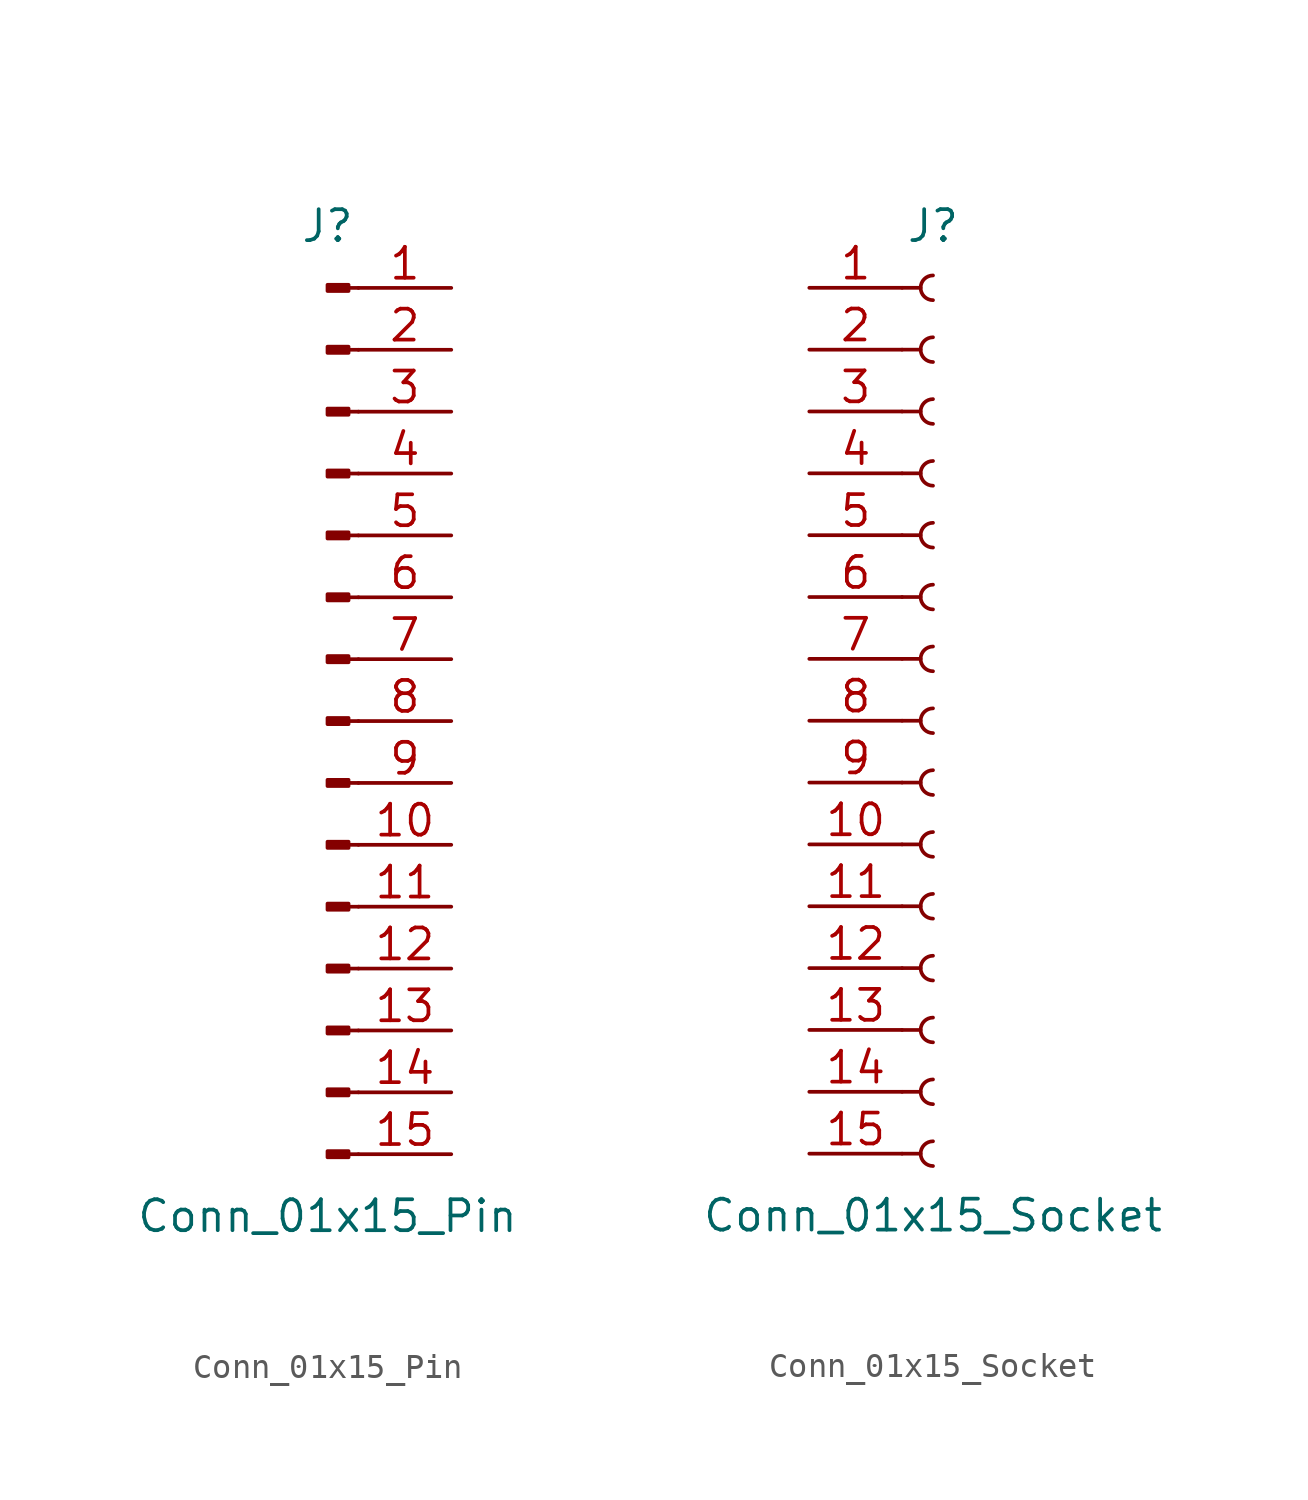
<source format=kicad_sym>
(kicad_symbol_lib
  (version 20241209)
  (generator "kicad_symbol_editor")
  (generator_version "9.0")
  (symbol "Conn_01x15_Pin"
    (pin_names
      (offset 1.016)
      (hide yes))
    (property "Reference" "J"
      (at 0 20.32 0)
      (effects (font (size 1.27 1.27))))
    (property "Value" "Conn_01x15_Pin"
      (at 0 -20.32 0)
      (effects (font (size 1.27 1.27))))
    (property "ki_locked" ""
      (at 0 0 0)
      (effects (font (size 1.27 1.27))))
    (symbol "Conn_01x15_Pin_1_1"
      (rectangle (start 0.864 17.907) (end 0 17.653) (stroke (width 0.152) (type default)) (fill (type outline)))
      (rectangle (start 0.864 15.367) (end 0 15.113) (stroke (width 0.152) (type default)) (fill (type outline)))
      (rectangle (start 0.864 12.827) (end 0 12.573) (stroke (width 0.152) (type default)) (fill (type outline)))
      (rectangle (start 0.864 10.287) (end 0 10.033) (stroke (width 0.152) (type default)) (fill (type outline)))
      (rectangle (start 0.864 7.747) (end 0 7.493) (stroke (width 0.152) (type default)) (fill (type outline)))
      (rectangle (start 0.864 5.207) (end 0 4.953) (stroke (width 0.152) (type default)) (fill (type outline)))
      (rectangle (start 0.864 2.667) (end 0 2.413) (stroke (width 0.152) (type default)) (fill (type outline)))
      (rectangle (start 0.864 0.127) (end 0 -0.127) (stroke (width 0.152) (type default)) (fill (type outline)))
      (rectangle (start 0.864 -2.413) (end 0 -2.667) (stroke (width 0.152) (type default)) (fill (type outline)))
      (rectangle (start 0.864 -4.953) (end 0 -5.207) (stroke (width 0.152) (type default)) (fill (type outline)))
      (rectangle (start 0.864 -7.493) (end 0 -7.747) (stroke (width 0.152) (type default)) (fill (type outline)))
      (rectangle (start 0.864 -10.033) (end 0 -10.287) (stroke (width 0.152) (type default)) (fill (type outline)))
      (rectangle (start 0.864 -12.573) (end 0 -12.827) (stroke (width 0.152) (type default)) (fill (type outline)))
      (rectangle (start 0.864 -15.113) (end 0 -15.367) (stroke (width 0.152) (type default)) (fill (type outline)))
      (rectangle (start 0.864 -17.653) (end 0 -17.907) (stroke (width 0.152) (type default)) (fill (type outline)))
      (polyline (pts (xy 1.27 17.78) (xy 0.864 17.78)) (stroke (width 0.152) (type default)) (fill (type none)))
      (polyline (pts (xy 1.27 15.24) (xy 0.864 15.24)) (stroke (width 0.152) (type default)) (fill (type none)))
      (polyline (pts (xy 1.27 12.7) (xy 0.864 12.7)) (stroke (width 0.152) (type default)) (fill (type none)))
      (polyline (pts (xy 1.27 10.16) (xy 0.864 10.16)) (stroke (width 0.152) (type default)) (fill (type none)))
      (polyline (pts (xy 1.27 7.62) (xy 0.864 7.62)) (stroke (width 0.152) (type default)) (fill (type none)))
      (polyline (pts (xy 1.27 5.08) (xy 0.864 5.08)) (stroke (width 0.152) (type default)) (fill (type none)))
      (polyline (pts (xy 1.27 2.54) (xy 0.864 2.54)) (stroke (width 0.152) (type default)) (fill (type none)))
      (polyline (pts (xy 1.27 0) (xy 0.864 0)) (stroke (width 0.152) (type default)) (fill (type none)))
      (polyline (pts (xy 1.27 -2.54) (xy 0.864 -2.54)) (stroke (width 0.152) (type default)) (fill (type none)))
      (polyline (pts (xy 1.27 -5.08) (xy 0.864 -5.08)) (stroke (width 0.152) (type default)) (fill (type none)))
      (polyline (pts (xy 1.27 -7.62) (xy 0.864 -7.62)) (stroke (width 0.152) (type default)) (fill (type none)))
      (polyline (pts (xy 1.27 -10.16) (xy 0.864 -10.16)) (stroke (width 0.152) (type default)) (fill (type none)))
      (polyline (pts (xy 1.27 -12.7) (xy 0.864 -12.7)) (stroke (width 0.152) (type default)) (fill (type none)))
      (polyline (pts (xy 1.27 -15.24) (xy 0.864 -15.24)) (stroke (width 0.152) (type default)) (fill (type none)))
      (polyline (pts (xy 1.27 -17.78) (xy 0.864 -17.78)) (stroke (width 0.152) (type default)) (fill (type none)))
      (pin passive line (at 5.08 17.78 180) (length 3.81) (name "Pin_1" (effects (font (size 1.27 1.27)))) (number "1" (effects (font (size 1.27 1.27)))))
      (pin passive line (at 5.08 15.24 180) (length 3.81) (name "Pin_2" (effects (font (size 1.27 1.27)))) (number "2" (effects (font (size 1.27 1.27)))))
      (pin passive line (at 5.08 12.7 180) (length 3.81) (name "Pin_3" (effects (font (size 1.27 1.27)))) (number "3" (effects (font (size 1.27 1.27)))))
      (pin passive line (at 5.08 10.16 180) (length 3.81) (name "Pin_4" (effects (font (size 1.27 1.27)))) (number "4" (effects (font (size 1.27 1.27)))))
      (pin passive line (at 5.08 7.62 180) (length 3.81) (name "Pin_5" (effects (font (size 1.27 1.27)))) (number "5" (effects (font (size 1.27 1.27)))))
      (pin passive line (at 5.08 5.08 180) (length 3.81) (name "Pin_6" (effects (font (size 1.27 1.27)))) (number "6" (effects (font (size 1.27 1.27)))))
      (pin passive line (at 5.08 2.54 180) (length 3.81) (name "Pin_7" (effects (font (size 1.27 1.27)))) (number "7" (effects (font (size 1.27 1.27)))))
      (pin passive line (at 5.08 0 180) (length 3.81) (name "Pin_8" (effects (font (size 1.27 1.27)))) (number "8" (effects (font (size 1.27 1.27)))))
      (pin passive line (at 5.08 -2.54 180) (length 3.81) (name "Pin_9" (effects (font (size 1.27 1.27)))) (number "9" (effects (font (size 1.27 1.27)))))
      (pin passive line (at 5.08 -5.08 180) (length 3.81) (name "Pin_10" (effects (font (size 1.27 1.27)))) (number "10" (effects (font (size 1.27 1.27)))))
      (pin passive line (at 5.08 -7.62 180) (length 3.81) (name "Pin_11" (effects (font (size 1.27 1.27)))) (number "11" (effects (font (size 1.27 1.27)))))
      (pin passive line (at 5.08 -10.16 180) (length 3.81) (name "Pin_12" (effects (font (size 1.27 1.27)))) (number "12" (effects (font (size 1.27 1.27)))))
      (pin passive line (at 5.08 -12.7 180) (length 3.81) (name "Pin_13" (effects (font (size 1.27 1.27)))) (number "13" (effects (font (size 1.27 1.27)))))
      (pin passive line (at 5.08 -15.24 180) (length 3.81) (name "Pin_14" (effects (font (size 1.27 1.27)))) (number "14" (effects (font (size 1.27 1.27)))))
      (pin passive line (at 5.08 -17.78 180) (length 3.81) (name "Pin_15" (effects (font (size 1.27 1.27)))) (number "15" (effects (font (size 1.27 1.27)))))))
  (symbol "Conn_01x15_Socket"
    (pin_names
      (offset 1.016)
      (hide yes))
    (property "Reference" "J"
      (at 0 20.32 0)
      (effects (font (size 1.27 1.27))))
    (property "Value" "Conn_01x15_Socket"
      (at 0 -20.32 0)
      (effects (font (size 1.27 1.27))))
    (property "ki_locked" ""
      (at 0 0 0)
      (effects (font (size 1.27 1.27))))
    (symbol "Conn_01x15_Socket_1_1"
      (polyline (pts (xy -1.27 17.78) (xy -0.508 17.78)) (stroke (width 0.152) (type default)) (fill (type none)))
      (polyline (pts (xy -1.27 15.24) (xy -0.508 15.24)) (stroke (width 0.152) (type default)) (fill (type none)))
      (polyline (pts (xy -1.27 12.7) (xy -0.508 12.7)) (stroke (width 0.152) (type default)) (fill (type none)))
      (polyline (pts (xy -1.27 10.16) (xy -0.508 10.16)) (stroke (width 0.152) (type default)) (fill (type none)))
      (polyline (pts (xy -1.27 7.62) (xy -0.508 7.62)) (stroke (width 0.152) (type default)) (fill (type none)))
      (polyline (pts (xy -1.27 5.08) (xy -0.508 5.08)) (stroke (width 0.152) (type default)) (fill (type none)))
      (polyline (pts (xy -1.27 2.54) (xy -0.508 2.54)) (stroke (width 0.152) (type default)) (fill (type none)))
      (polyline (pts (xy -1.27 0) (xy -0.508 0)) (stroke (width 0.152) (type default)) (fill (type none)))
      (polyline (pts (xy -1.27 -2.54) (xy -0.508 -2.54)) (stroke (width 0.152) (type default)) (fill (type none)))
      (polyline (pts (xy -1.27 -5.08) (xy -0.508 -5.08)) (stroke (width 0.152) (type default)) (fill (type none)))
      (polyline (pts (xy -1.27 -7.62) (xy -0.508 -7.62)) (stroke (width 0.152) (type default)) (fill (type none)))
      (polyline (pts (xy -1.27 -10.16) (xy -0.508 -10.16)) (stroke (width 0.152) (type default)) (fill (type none)))
      (polyline (pts (xy -1.27 -12.7) (xy -0.508 -12.7)) (stroke (width 0.152) (type default)) (fill (type none)))
      (polyline (pts (xy -1.27 -15.24) (xy -0.508 -15.24)) (stroke (width 0.152) (type default)) (fill (type none)))
      (polyline (pts (xy -1.27 -17.78) (xy -0.508 -17.78)) (stroke (width 0.152) (type default)) (fill (type none)))
      (arc (start 0 17.272) (mid -0.5058 17.78) (end 0 18.288) (stroke (width 0.1524) (type default)) (fill (type none)))
      (arc (start 0 14.732) (mid -0.5058 15.24) (end 0 15.748) (stroke (width 0.1524) (type default)) (fill (type none)))
      (arc (start 0 12.192) (mid -0.5058 12.7) (end 0 13.208) (stroke (width 0.1524) (type default)) (fill (type none)))
      (arc (start 0 9.652) (mid -0.5058 10.16) (end 0 10.668) (stroke (width 0.1524) (type default)) (fill (type none)))
      (arc (start 0 7.112) (mid -0.5058 7.62) (end 0 8.128) (stroke (width 0.1524) (type default)) (fill (type none)))
      (arc (start 0 4.572) (mid -0.5058 5.08) (end 0 5.588) (stroke (width 0.1524) (type default)) (fill (type none)))
      (arc (start 0 2.032) (mid -0.5058 2.54) (end 0 3.048) (stroke (width 0.1524) (type default)) (fill (type none)))
      (arc (start 0 -0.508) (mid -0.5058 0) (end 0 0.508) (stroke (width 0.1524) (type default)) (fill (type none)))
      (arc (start 0 -3.048) (mid -0.5058 -2.54) (end 0 -2.032) (stroke (width 0.1524) (type default)) (fill (type none)))
      (arc (start 0 -5.588) (mid -0.5058 -5.08) (end 0 -4.572) (stroke (width 0.1524) (type default)) (fill (type none)))
      (arc (start 0 -8.128) (mid -0.5058 -7.62) (end 0 -7.112) (stroke (width 0.1524) (type default)) (fill (type none)))
      (arc (start 0 -10.668) (mid -0.5058 -10.16) (end 0 -9.652) (stroke (width 0.1524) (type default)) (fill (type none)))
      (arc (start 0 -13.208) (mid -0.5058 -12.7) (end 0 -12.192) (stroke (width 0.1524) (type default)) (fill (type none)))
      (arc (start 0 -15.748) (mid -0.5058 -15.24) (end 0 -14.732) (stroke (width 0.1524) (type default)) (fill (type none)))
      (arc (start 0 -18.288) (mid -0.5058 -17.78) (end 0 -17.272) (stroke (width 0.1524) (type default)) (fill (type none)))
      (pin passive line (at -5.08 17.78 0) (length 3.81) (name "Pin_1" (effects (font (size 1.27 1.27)))) (number "1" (effects (font (size 1.27 1.27)))))
      (pin passive line (at -5.08 15.24 0) (length 3.81) (name "Pin_2" (effects (font (size 1.27 1.27)))) (number "2" (effects (font (size 1.27 1.27)))))
      (pin passive line (at -5.08 12.7 0) (length 3.81) (name "Pin_3" (effects (font (size 1.27 1.27)))) (number "3" (effects (font (size 1.27 1.27)))))
      (pin passive line (at -5.08 10.16 0) (length 3.81) (name "Pin_4" (effects (font (size 1.27 1.27)))) (number "4" (effects (font (size 1.27 1.27)))))
      (pin passive line (at -5.08 7.62 0) (length 3.81) (name "Pin_5" (effects (font (size 1.27 1.27)))) (number "5" (effects (font (size 1.27 1.27)))))
      (pin passive line (at -5.08 5.08 0) (length 3.81) (name "Pin_6" (effects (font (size 1.27 1.27)))) (number "6" (effects (font (size 1.27 1.27)))))
      (pin passive line (at -5.08 2.54 0) (length 3.81) (name "Pin_7" (effects (font (size 1.27 1.27)))) (number "7" (effects (font (size 1.27 1.27)))))
      (pin passive line (at -5.08 0 0) (length 3.81) (name "Pin_8" (effects (font (size 1.27 1.27)))) (number "8" (effects (font (size 1.27 1.27)))))
      (pin passive line (at -5.08 -2.54 0) (length 3.81) (name "Pin_9" (effects (font (size 1.27 1.27)))) (number "9" (effects (font (size 1.27 1.27)))))
      (pin passive line (at -5.08 -5.08 0) (length 3.81) (name "Pin_10" (effects (font (size 1.27 1.27)))) (number "10" (effects (font (size 1.27 1.27)))))
      (pin passive line (at -5.08 -7.62 0) (length 3.81) (name "Pin_11" (effects (font (size 1.27 1.27)))) (number "11" (effects (font (size 1.27 1.27)))))
      (pin passive line (at -5.08 -10.16 0) (length 3.81) (name "Pin_12" (effects (font (size 1.27 1.27)))) (number "12" (effects (font (size 1.27 1.27)))))
      (pin passive line (at -5.08 -12.7 0) (length 3.81) (name "Pin_13" (effects (font (size 1.27 1.27)))) (number "13" (effects (font (size 1.27 1.27)))))
      (pin passive line (at -5.08 -15.24 0) (length 3.81) (name "Pin_14" (effects (font (size 1.27 1.27)))) (number "14" (effects (font (size 1.27 1.27)))))
      (pin passive line (at -5.08 -17.78 0) (length 3.81) (name "Pin_15" (effects (font (size 1.27 1.27)))) (number "15" (effects (font (size 1.27 1.27))))))))
</source>
